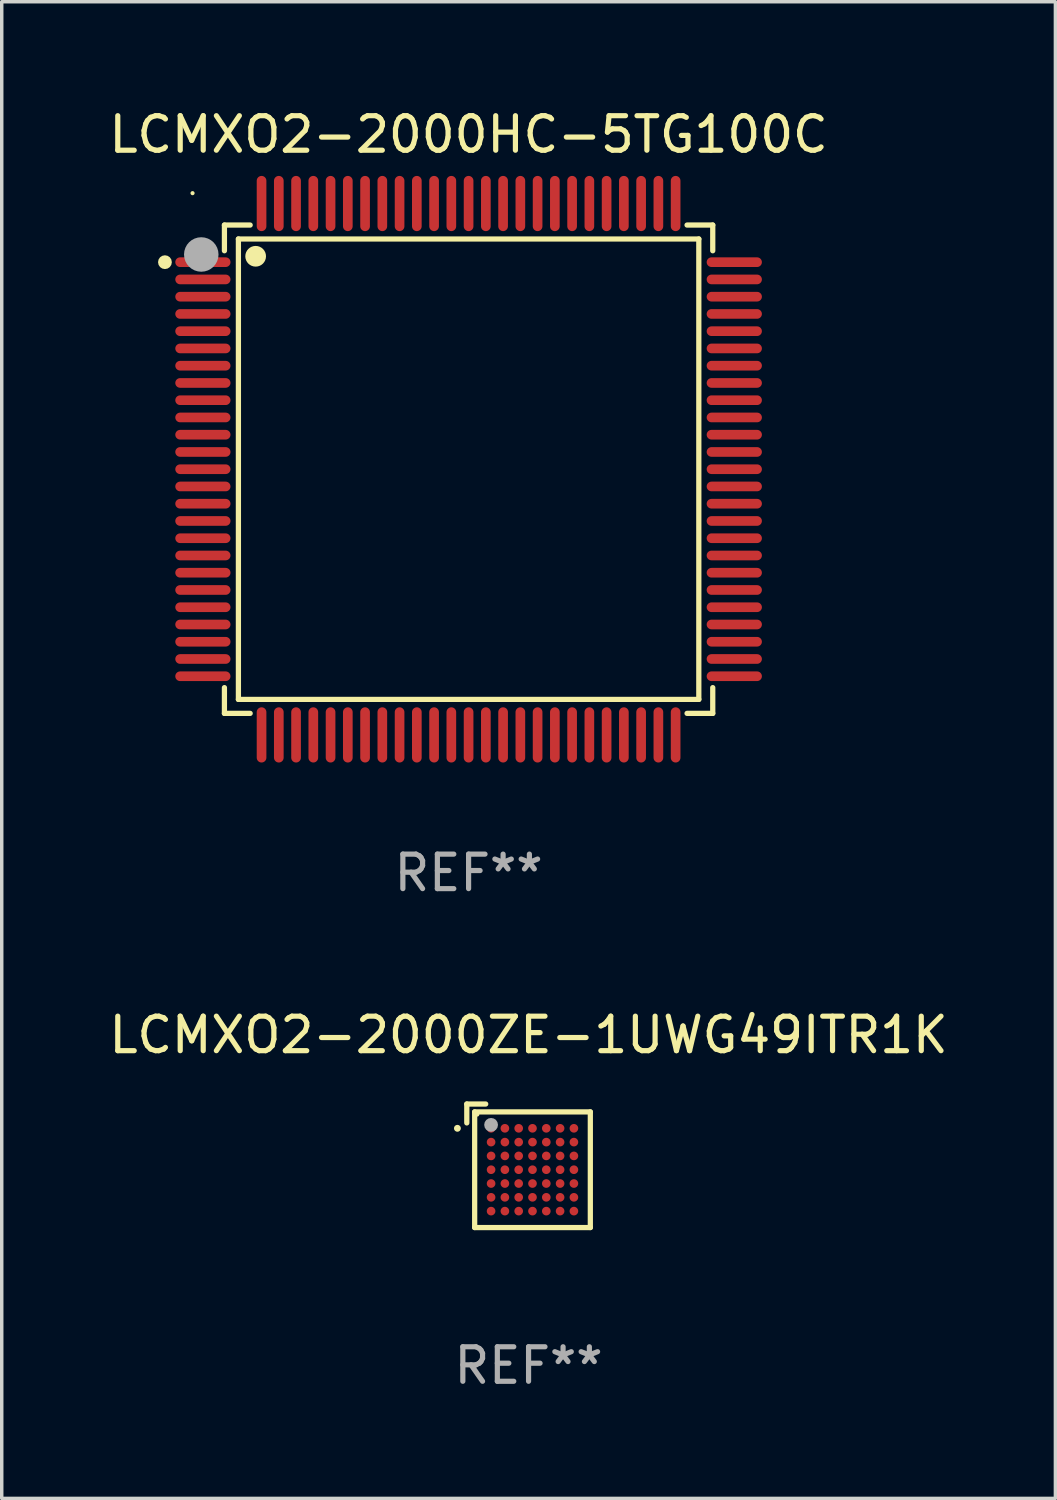
<source format=kicad_pcb>
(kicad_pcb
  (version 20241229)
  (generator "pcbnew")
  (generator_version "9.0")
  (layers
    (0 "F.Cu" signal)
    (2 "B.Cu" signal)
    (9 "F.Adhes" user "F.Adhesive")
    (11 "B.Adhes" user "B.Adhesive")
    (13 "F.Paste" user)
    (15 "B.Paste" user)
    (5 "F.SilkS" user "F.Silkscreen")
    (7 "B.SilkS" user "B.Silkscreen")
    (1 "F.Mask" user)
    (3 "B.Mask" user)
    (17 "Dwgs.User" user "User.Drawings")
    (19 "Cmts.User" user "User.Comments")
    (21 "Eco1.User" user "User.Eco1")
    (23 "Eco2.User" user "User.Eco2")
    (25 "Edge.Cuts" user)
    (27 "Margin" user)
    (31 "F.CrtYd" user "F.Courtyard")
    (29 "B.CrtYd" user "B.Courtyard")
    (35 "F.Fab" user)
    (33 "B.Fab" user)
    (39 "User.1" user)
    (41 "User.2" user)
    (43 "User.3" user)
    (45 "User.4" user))
  (footprint "LCMXO2-2000HC-5TG100C"
    (layer "F.Cu")
    (at 10.53 10.548)
    (property "Reference" "LCMXO2-2000HC-5TG100C" (at 0 -9.7 0) (layer "F.SilkS") (effects (font (size 1 1) (thickness 0.15))))
    (attr through_hole)
    (fp_line (start -7.076 -7.076) (end -7.076 -6.331) (stroke (width 0.152) (type solid)) (layer "F.SilkS"))
    (fp_line (start -7.076 7.076) (end -7.076 6.33) (stroke (width 0.152) (type solid)) (layer "F.SilkS"))
    (fp_line (start -6.671 -6.672) (end 6.672 -6.672) (stroke (width 0.152) (type solid)) (layer "F.SilkS"))
    (fp_line (start -6.671 6.671) (end -6.671 -6.672) (stroke (width 0.152) (type solid)) (layer "F.SilkS"))
    (fp_line (start -6.33 -7.076) (end -7.076 -7.076) (stroke (width 0.152) (type solid)) (layer "F.SilkS"))
    (fp_line (start -6.33 7.076) (end -7.076 7.076) (stroke (width 0.152) (type solid)) (layer "F.SilkS"))
    (fp_line (start 6.331 -7.076) (end 7.076 -7.076) (stroke (width 0.152) (type solid)) (layer "F.SilkS"))
    (fp_line (start 6.331 7.076) (end 7.076 7.076) (stroke (width 0.152) (type solid)) (layer "F.SilkS"))
    (fp_line (start 6.672 -6.672) (end 6.672 6.671) (stroke (width 0.152) (type solid)) (layer "F.SilkS"))
    (fp_line (start 6.672 6.671) (end -6.671 6.671) (stroke (width 0.152) (type solid)) (layer "F.SilkS"))
    (fp_line (start 7.076 -7.076) (end 7.076 -6.331) (stroke (width 0.152) (type solid)) (layer "F.SilkS"))
    (fp_line (start 7.076 7.076) (end 7.076 6.33) (stroke (width 0.152) (type solid)) (layer "F.SilkS"))
    (fp_circle (center -8.8 -6) (end -8.7 -6) (stroke (width 0.2) (type solid)) (fill no) (layer "F.SilkS"))
    (fp_circle (center -8 -8) (end -7.97 -8) (stroke (width 0.06) (type solid)) (fill no) (layer "F.SilkS"))
    (fp_circle (center -6.171 -6.171) (end -6.021 -6.171) (stroke (width 0.3) (type solid)) (fill no) (layer "F.SilkS"))
    (fp_circle (center -7.747 -6.223) (end -7.497 -6.223) (stroke (width 0.5) (type solid)) (fill no) (layer "F.Fab"))
    (fp_text user "REF**" (at 0 11.7 0) (layer "F.Fab") (effects (font (size 1 1) (thickness 0.15))))
    (pad "1" smd oval (at -7.7 -6) (size 1.6 0.28) (layers "F.Cu" "F.Mask" "F.Paste"))
    (pad "2" smd oval (at -7.7 -5.5) (size 1.6 0.28) (layers "F.Cu" "F.Mask" "F.Paste"))
    (pad "3" smd oval (at -7.7 -5) (size 1.6 0.28) (layers "F.Cu" "F.Mask" "F.Paste"))
    (pad "4" smd oval (at -7.7 -4.5) (size 1.6 0.28) (layers "F.Cu" "F.Mask" "F.Paste"))
    (pad "5" smd oval (at -7.7 -4) (size 1.6 0.28) (layers "F.Cu" "F.Mask" "F.Paste"))
    (pad "6" smd oval (at -7.7 -3.5) (size 1.6 0.28) (layers "F.Cu" "F.Mask" "F.Paste"))
    (pad "7" smd oval (at -7.7 -3) (size 1.6 0.28) (layers "F.Cu" "F.Mask" "F.Paste"))
    (pad "8" smd oval (at -7.7 -2.5) (size 1.6 0.28) (layers "F.Cu" "F.Mask" "F.Paste"))
    (pad "9" smd oval (at -7.7 -2) (size 1.6 0.28) (layers "F.Cu" "F.Mask" "F.Paste"))
    (pad "10" smd oval (at -7.7 -1.5) (size 1.6 0.28) (layers "F.Cu" "F.Mask" "F.Paste"))
    (pad "11" smd oval (at -7.7 -1) (size 1.6 0.28) (layers "F.Cu" "F.Mask" "F.Paste"))
    (pad "12" smd oval (at -7.7 -0.5) (size 1.6 0.28) (layers "F.Cu" "F.Mask" "F.Paste"))
    (pad "13" smd oval (at -7.7 0) (size 1.6 0.28) (layers "F.Cu" "F.Mask" "F.Paste"))
    (pad "14" smd oval (at -7.7 0.5) (size 1.6 0.28) (layers "F.Cu" "F.Mask" "F.Paste"))
    (pad "15" smd oval (at -7.7 1) (size 1.6 0.28) (layers "F.Cu" "F.Mask" "F.Paste"))
    (pad "16" smd oval (at -7.7 1.5) (size 1.6 0.28) (layers "F.Cu" "F.Mask" "F.Paste"))
    (pad "17" smd oval (at -7.7 2) (size 1.6 0.28) (layers "F.Cu" "F.Mask" "F.Paste"))
    (pad "18" smd oval (at -7.7 2.5) (size 1.6 0.28) (layers "F.Cu" "F.Mask" "F.Paste"))
    (pad "19" smd oval (at -7.7 3) (size 1.6 0.28) (layers "F.Cu" "F.Mask" "F.Paste"))
    (pad "20" smd oval (at -7.7 3.5) (size 1.6 0.28) (layers "F.Cu" "F.Mask" "F.Paste"))
    (pad "21" smd oval (at -7.7 4) (size 1.6 0.28) (layers "F.Cu" "F.Mask" "F.Paste"))
    (pad "22" smd oval (at -7.7 4.5) (size 1.6 0.28) (layers "F.Cu" "F.Mask" "F.Paste"))
    (pad "23" smd oval (at -7.7 5) (size 1.6 0.28) (layers "F.Cu" "F.Mask" "F.Paste"))
    (pad "24" smd oval (at -7.7 5.5) (size 1.6 0.28) (layers "F.Cu" "F.Mask" "F.Paste"))
    (pad "25" smd oval (at -7.7 6) (size 1.6 0.28) (layers "F.Cu" "F.Mask" "F.Paste"))
    (pad "26" smd oval (at -6 7.7) (size 0.28 1.6) (layers "F.Cu" "F.Mask" "F.Paste"))
    (pad "27" smd oval (at -5.5 7.7) (size 0.28 1.6) (layers "F.Cu" "F.Mask" "F.Paste"))
    (pad "28" smd oval (at -5 7.7) (size 0.28 1.6) (layers "F.Cu" "F.Mask" "F.Paste"))
    (pad "29" smd oval (at -4.5 7.7) (size 0.28 1.6) (layers "F.Cu" "F.Mask" "F.Paste"))
    (pad "30" smd oval (at -4 7.7) (size 0.28 1.6) (layers "F.Cu" "F.Mask" "F.Paste"))
    (pad "31" smd oval (at -3.5 7.7) (size 0.28 1.6) (layers "F.Cu" "F.Mask" "F.Paste"))
    (pad "32" smd oval (at -3 7.7) (size 0.28 1.6) (layers "F.Cu" "F.Mask" "F.Paste"))
    (pad "33" smd oval (at -2.5 7.7) (size 0.28 1.6) (layers "F.Cu" "F.Mask" "F.Paste"))
    (pad "34" smd oval (at -2 7.7) (size 0.28 1.6) (layers "F.Cu" "F.Mask" "F.Paste"))
    (pad "35" smd oval (at -1.5 7.7) (size 0.28 1.6) (layers "F.Cu" "F.Mask" "F.Paste"))
    (pad "36" smd oval (at -1 7.7) (size 0.28 1.6) (layers "F.Cu" "F.Mask" "F.Paste"))
    (pad "37" smd oval (at -0.5 7.7) (size 0.28 1.6) (layers "F.Cu" "F.Mask" "F.Paste"))
    (pad "38" smd oval (at 0 7.7) (size 0.28 1.6) (layers "F.Cu" "F.Mask" "F.Paste"))
    (pad "39" smd oval (at 0.5 7.7) (size 0.28 1.6) (layers "F.Cu" "F.Mask" "F.Paste"))
    (pad "40" smd oval (at 1 7.7) (size 0.28 1.6) (layers "F.Cu" "F.Mask" "F.Paste"))
    (pad "41" smd oval (at 1.5 7.7) (size 0.28 1.6) (layers "F.Cu" "F.Mask" "F.Paste"))
    (pad "42" smd oval (at 2 7.7) (size 0.28 1.6) (layers "F.Cu" "F.Mask" "F.Paste"))
    (pad "43" smd oval (at 2.5 7.7) (size 0.28 1.6) (layers "F.Cu" "F.Mask" "F.Paste"))
    (pad "44" smd oval (at 3 7.7) (size 0.28 1.6) (layers "F.Cu" "F.Mask" "F.Paste"))
    (pad "45" smd oval (at 3.5 7.7) (size 0.28 1.6) (layers "F.Cu" "F.Mask" "F.Paste"))
    (pad "46" smd oval (at 4 7.7) (size 0.28 1.6) (layers "F.Cu" "F.Mask" "F.Paste"))
    (pad "47" smd oval (at 4.5 7.7) (size 0.28 1.6) (layers "F.Cu" "F.Mask" "F.Paste"))
    (pad "48" smd oval (at 5 7.7) (size 0.28 1.6) (layers "F.Cu" "F.Mask" "F.Paste"))
    (pad "49" smd oval (at 5.5 7.7) (size 0.28 1.6) (layers "F.Cu" "F.Mask" "F.Paste"))
    (pad "50" smd oval (at 6 7.7) (size 0.28 1.6) (layers "F.Cu" "F.Mask" "F.Paste"))
    (pad "51" smd oval (at 7.7 6) (size 1.6 0.28) (layers "F.Cu" "F.Mask" "F.Paste"))
    (pad "52" smd oval (at 7.7 5.5) (size 1.6 0.28) (layers "F.Cu" "F.Mask" "F.Paste"))
    (pad "53" smd oval (at 7.7 5) (size 1.6 0.28) (layers "F.Cu" "F.Mask" "F.Paste"))
    (pad "54" smd oval (at 7.7 4.5) (size 1.6 0.28) (layers "F.Cu" "F.Mask" "F.Paste"))
    (pad "55" smd oval (at 7.7 4) (size 1.6 0.28) (layers "F.Cu" "F.Mask" "F.Paste"))
    (pad "56" smd oval (at 7.7 3.5) (size 1.6 0.28) (layers "F.Cu" "F.Mask" "F.Paste"))
    (pad "57" smd oval (at 7.7 3) (size 1.6 0.28) (layers "F.Cu" "F.Mask" "F.Paste"))
    (pad "58" smd oval (at 7.7 2.5) (size 1.6 0.28) (layers "F.Cu" "F.Mask" "F.Paste"))
    (pad "59" smd oval (at 7.7 2) (size 1.6 0.28) (layers "F.Cu" "F.Mask" "F.Paste"))
    (pad "60" smd oval (at 7.7 1.5) (size 1.6 0.28) (layers "F.Cu" "F.Mask" "F.Paste"))
    (pad "61" smd oval (at 7.7 1) (size 1.6 0.28) (layers "F.Cu" "F.Mask" "F.Paste"))
    (pad "62" smd oval (at 7.7 0.5) (size 1.6 0.28) (layers "F.Cu" "F.Mask" "F.Paste"))
    (pad "63" smd oval (at 7.7 0) (size 1.6 0.28) (layers "F.Cu" "F.Mask" "F.Paste"))
    (pad "64" smd oval (at 7.7 -0.5) (size 1.6 0.28) (layers "F.Cu" "F.Mask" "F.Paste"))
    (pad "65" smd oval (at 7.7 -1) (size 1.6 0.28) (layers "F.Cu" "F.Mask" "F.Paste"))
    (pad "66" smd oval (at 7.7 -1.5) (size 1.6 0.28) (layers "F.Cu" "F.Mask" "F.Paste"))
    (pad "67" smd oval (at 7.7 -2) (size 1.6 0.28) (layers "F.Cu" "F.Mask" "F.Paste"))
    (pad "68" smd oval (at 7.7 -2.5) (size 1.6 0.28) (layers "F.Cu" "F.Mask" "F.Paste"))
    (pad "69" smd oval (at 7.7 -3) (size 1.6 0.28) (layers "F.Cu" "F.Mask" "F.Paste"))
    (pad "70" smd oval (at 7.7 -3.5) (size 1.6 0.28) (layers "F.Cu" "F.Mask" "F.Paste"))
    (pad "71" smd oval (at 7.7 -4) (size 1.6 0.28) (layers "F.Cu" "F.Mask" "F.Paste"))
    (pad "72" smd oval (at 7.7 -4.5) (size 1.6 0.28) (layers "F.Cu" "F.Mask" "F.Paste"))
    (pad "73" smd oval (at 7.7 -5) (size 1.6 0.28) (layers "F.Cu" "F.Mask" "F.Paste"))
    (pad "74" smd oval (at 7.7 -5.5) (size 1.6 0.28) (layers "F.Cu" "F.Mask" "F.Paste"))
    (pad "75" smd oval (at 7.7 -6) (size 1.6 0.28) (layers "F.Cu" "F.Mask" "F.Paste"))
    (pad "76" smd oval (at 6 -7.7) (size 0.28 1.6) (layers "F.Cu" "F.Mask" "F.Paste"))
    (pad "77" smd oval (at 5.5 -7.7) (size 0.28 1.6) (layers "F.Cu" "F.Mask" "F.Paste"))
    (pad "78" smd oval (at 5 -7.7) (size 0.28 1.6) (layers "F.Cu" "F.Mask" "F.Paste"))
    (pad "79" smd oval (at 4.5 -7.7) (size 0.28 1.6) (layers "F.Cu" "F.Mask" "F.Paste"))
    (pad "80" smd oval (at 4 -7.7) (size 0.28 1.6) (layers "F.Cu" "F.Mask" "F.Paste"))
    (pad "81" smd oval (at 3.5 -7.7) (size 0.28 1.6) (layers "F.Cu" "F.Mask" "F.Paste"))
    (pad "82" smd oval (at 3 -7.7) (size 0.28 1.6) (layers "F.Cu" "F.Mask" "F.Paste"))
    (pad "83" smd oval (at 2.5 -7.7) (size 0.28 1.6) (layers "F.Cu" "F.Mask" "F.Paste"))
    (pad "84" smd oval (at 2 -7.7) (size 0.28 1.6) (layers "F.Cu" "F.Mask" "F.Paste"))
    (pad "85" smd oval (at 1.5 -7.7) (size 0.28 1.6) (layers "F.Cu" "F.Mask" "F.Paste"))
    (pad "86" smd oval (at 1 -7.7) (size 0.28 1.6) (layers "F.Cu" "F.Mask" "F.Paste"))
    (pad "87" smd oval (at 0.5 -7.7) (size 0.28 1.6) (layers "F.Cu" "F.Mask" "F.Paste"))
    (pad "88" smd oval (at 0 -7.7) (size 0.28 1.6) (layers "F.Cu" "F.Mask" "F.Paste"))
    (pad "89" smd oval (at -0.5 -7.7) (size 0.28 1.6) (layers "F.Cu" "F.Mask" "F.Paste"))
    (pad "90" smd oval (at -1 -7.7) (size 0.28 1.6) (layers "F.Cu" "F.Mask" "F.Paste"))
    (pad "91" smd oval (at -1.5 -7.7) (size 0.28 1.6) (layers "F.Cu" "F.Mask" "F.Paste"))
    (pad "92" smd oval (at -2 -7.7) (size 0.28 1.6) (layers "F.Cu" "F.Mask" "F.Paste"))
    (pad "93" smd oval (at -2.5 -7.7) (size 0.28 1.6) (layers "F.Cu" "F.Mask" "F.Paste"))
    (pad "94" smd oval (at -3 -7.7) (size 0.28 1.6) (layers "F.Cu" "F.Mask" "F.Paste"))
    (pad "95" smd oval (at -3.5 -7.7) (size 0.28 1.6) (layers "F.Cu" "F.Mask" "F.Paste"))
    (pad "96" smd oval (at -4 -7.7) (size 0.28 1.6) (layers "F.Cu" "F.Mask" "F.Paste"))
    (pad "97" smd oval (at -4.5 -7.7) (size 0.28 1.6) (layers "F.Cu" "F.Mask" "F.Paste"))
    (pad "98" smd oval (at -5 -7.7) (size 0.28 1.6) (layers "F.Cu" "F.Mask" "F.Paste"))
    (pad "99" smd oval (at -5.5 -7.7) (size 0.28 1.6) (layers "F.Cu" "F.Mask" "F.Paste"))
    (pad "100" smd oval (at -6 -7.7) (size 0.28 1.6) (layers "F.Cu" "F.Mask" "F.Paste")))
  (footprint "LCMXO2-2000ZE-1UWG49ITR1K"
    (layer "F.Cu")
    (at 12.268 30.735)
    (property "Reference" "LCMXO2-2000ZE-1UWG49ITR1K" (at 0 -3.791 0) (layer "F.SilkS") (effects (font (size 1 1) (thickness 0.15))))
    (attr through_hole)
    (fp_line (start -1.79 -1.79) (end -1.242 -1.79) (stroke (width 0.152) (type solid)) (layer "F.SilkS"))
    (fp_line (start -1.79 -1.242) (end -1.79 -1.79) (stroke (width 0.152) (type solid)) (layer "F.SilkS"))
    (fp_line (start -1.562 -1.562) (end 1.79 -1.562) (stroke (width 0.152) (type solid)) (layer "F.SilkS"))
    (fp_line (start -1.562 1.79) (end -1.562 -1.562) (stroke (width 0.152) (type solid)) (layer "F.SilkS"))
    (fp_line (start 1.79 -1.562) (end 1.79 1.79) (stroke (width 0.152) (type solid)) (layer "F.SilkS"))
    (fp_line (start 1.79 1.79) (end -1.562 1.79) (stroke (width 0.152) (type solid)) (layer "F.SilkS"))
    (fp_circle (center -2.062 -1.086) (end -2.012 -1.086) (stroke (width 0.1) (type solid)) (fill no) (layer "F.SilkS"))
    (fp_circle (center -1.486 -1.486) (end -1.456 -1.486) (stroke (width 0.06) (type solid)) (fill no) (layer "F.SilkS"))
    (fp_circle (center -1.086 -1.186) (end -0.986 -1.186) (stroke (width 0.2) (type solid)) (fill no) (layer "F.Fab"))
    (fp_text user "REF**" (at 0 5.79 0) (layer "F.Fab") (effects (font (size 1 1) (thickness 0.15))))
    (pad "A1" smd circle (at -1.086 -1.086) (size 0.25 0.25) (layers "F.Cu" "F.Mask" "F.Paste"))
    (pad "A2" smd circle (at -0.686 -1.086) (size 0.25 0.25) (layers "F.Cu" "F.Mask" "F.Paste"))
    (pad "A3" smd circle (at -0.286 -1.086) (size 0.25 0.25) (layers "F.Cu" "F.Mask" "F.Paste"))
    (pad "A4" smd circle (at 0.114 -1.086) (size 0.25 0.25) (layers "F.Cu" "F.Mask" "F.Paste"))
    (pad "A5" smd circle (at 0.514 -1.086) (size 0.25 0.25) (layers "F.Cu" "F.Mask" "F.Paste"))
    (pad "A6" smd circle (at 0.914 -1.086) (size 0.25 0.25) (layers "F.Cu" "F.Mask" "F.Paste"))
    (pad "A7" smd circle (at 1.314 -1.086) (size 0.25 0.25) (layers "F.Cu" "F.Mask" "F.Paste"))
    (pad "B1" smd circle (at -1.086 -0.686) (size 0.25 0.25) (layers "F.Cu" "F.Mask" "F.Paste"))
    (pad "B2" smd circle (at -0.686 -0.686) (size 0.25 0.25) (layers "F.Cu" "F.Mask" "F.Paste"))
    (pad "B3" smd circle (at -0.286 -0.686) (size 0.25 0.25) (layers "F.Cu" "F.Mask" "F.Paste"))
    (pad "B4" smd circle (at 0.114 -0.686) (size 0.25 0.25) (layers "F.Cu" "F.Mask" "F.Paste"))
    (pad "B5" smd circle (at 0.514 -0.686) (size 0.25 0.25) (layers "F.Cu" "F.Mask" "F.Paste"))
    (pad "B6" smd circle (at 0.914 -0.686) (size 0.25 0.25) (layers "F.Cu" "F.Mask" "F.Paste"))
    (pad "B7" smd circle (at 1.314 -0.686) (size 0.25 0.25) (layers "F.Cu" "F.Mask" "F.Paste"))
    (pad "C1" smd circle (at -1.086 -0.286) (size 0.25 0.25) (layers "F.Cu" "F.Mask" "F.Paste"))
    (pad "C2" smd circle (at -0.686 -0.286) (size 0.25 0.25) (layers "F.Cu" "F.Mask" "F.Paste"))
    (pad "C3" smd circle (at -0.286 -0.286) (size 0.25 0.25) (layers "F.Cu" "F.Mask" "F.Paste"))
    (pad "C4" smd circle (at 0.114 -0.286) (size 0.25 0.25) (layers "F.Cu" "F.Mask" "F.Paste"))
    (pad "C5" smd circle (at 0.514 -0.286) (size 0.25 0.25) (layers "F.Cu" "F.Mask" "F.Paste"))
    (pad "C6" smd circle (at 0.914 -0.286) (size 0.25 0.25) (layers "F.Cu" "F.Mask" "F.Paste"))
    (pad "C7" smd circle (at 1.314 -0.286) (size 0.25 0.25) (layers "F.Cu" "F.Mask" "F.Paste"))
    (pad "D1" smd circle (at -1.086 0.114) (size 0.25 0.25) (layers "F.Cu" "F.Mask" "F.Paste"))
    (pad "D2" smd circle (at -0.686 0.114) (size 0.25 0.25) (layers "F.Cu" "F.Mask" "F.Paste"))
    (pad "D3" smd circle (at -0.286 0.114) (size 0.25 0.25) (layers "F.Cu" "F.Mask" "F.Paste"))
    (pad "D4" smd circle (at 0.114 0.114) (size 0.25 0.25) (layers "F.Cu" "F.Mask" "F.Paste"))
    (pad "D5" smd circle (at 0.514 0.114) (size 0.25 0.25) (layers "F.Cu" "F.Mask" "F.Paste"))
    (pad "D6" smd circle (at 0.914 0.114) (size 0.25 0.25) (layers "F.Cu" "F.Mask" "F.Paste"))
    (pad "D7" smd circle (at 1.314 0.114) (size 0.25 0.25) (layers "F.Cu" "F.Mask" "F.Paste"))
    (pad "E1" smd circle (at -1.086 0.514) (size 0.25 0.25) (layers "F.Cu" "F.Mask" "F.Paste"))
    (pad "E2" smd circle (at -0.686 0.514) (size 0.25 0.25) (layers "F.Cu" "F.Mask" "F.Paste"))
    (pad "E3" smd circle (at -0.286 0.514) (size 0.25 0.25) (layers "F.Cu" "F.Mask" "F.Paste"))
    (pad "E4" smd circle (at 0.114 0.514) (size 0.25 0.25) (layers "F.Cu" "F.Mask" "F.Paste"))
    (pad "E5" smd circle (at 0.514 0.514) (size 0.25 0.25) (layers "F.Cu" "F.Mask" "F.Paste"))
    (pad "E6" smd circle (at 0.914 0.514) (size 0.25 0.25) (layers "F.Cu" "F.Mask" "F.Paste"))
    (pad "E7" smd circle (at 1.314 0.514) (size 0.25 0.25) (layers "F.Cu" "F.Mask" "F.Paste"))
    (pad "F1" smd circle (at -1.086 0.914) (size 0.25 0.25) (layers "F.Cu" "F.Mask" "F.Paste"))
    (pad "F2" smd circle (at -0.686 0.914) (size 0.25 0.25) (layers "F.Cu" "F.Mask" "F.Paste"))
    (pad "F3" smd circle (at -0.286 0.914) (size 0.25 0.25) (layers "F.Cu" "F.Mask" "F.Paste"))
    (pad "F4" smd circle (at 0.114 0.914) (size 0.25 0.25) (layers "F.Cu" "F.Mask" "F.Paste"))
    (pad "F5" smd circle (at 0.514 0.914) (size 0.25 0.25) (layers "F.Cu" "F.Mask" "F.Paste"))
    (pad "F6" smd circle (at 0.914 0.914) (size 0.25 0.25) (layers "F.Cu" "F.Mask" "F.Paste"))
    (pad "F7" smd circle (at 1.314 0.914) (size 0.25 0.25) (layers "F.Cu" "F.Mask" "F.Paste"))
    (pad "G1" smd circle (at -1.086 1.314) (size 0.25 0.25) (layers "F.Cu" "F.Mask" "F.Paste"))
    (pad "G2" smd circle (at -0.686 1.314) (size 0.25 0.25) (layers "F.Cu" "F.Mask" "F.Paste"))
    (pad "G3" smd circle (at -0.286 1.314) (size 0.25 0.25) (layers "F.Cu" "F.Mask" "F.Paste"))
    (pad "G4" smd circle (at 0.114 1.314) (size 0.25 0.25) (layers "F.Cu" "F.Mask" "F.Paste"))
    (pad "G5" smd circle (at 0.514 1.314) (size 0.25 0.25) (layers "F.Cu" "F.Mask" "F.Paste"))
    (pad "G6" smd circle (at 0.914 1.314) (size 0.25 0.25) (layers "F.Cu" "F.Mask" "F.Paste"))
    (pad "G7" smd circle (at 1.314 1.314) (size 0.25 0.25) (layers "F.Cu" "F.Mask" "F.Paste")))
  (gr_rect
    (start -3 -3)
    (end 27.536 40.374)
    (stroke (width 0.1) (type default))
    (fill no)
    (layer "Edge.Cuts")))
</source>
